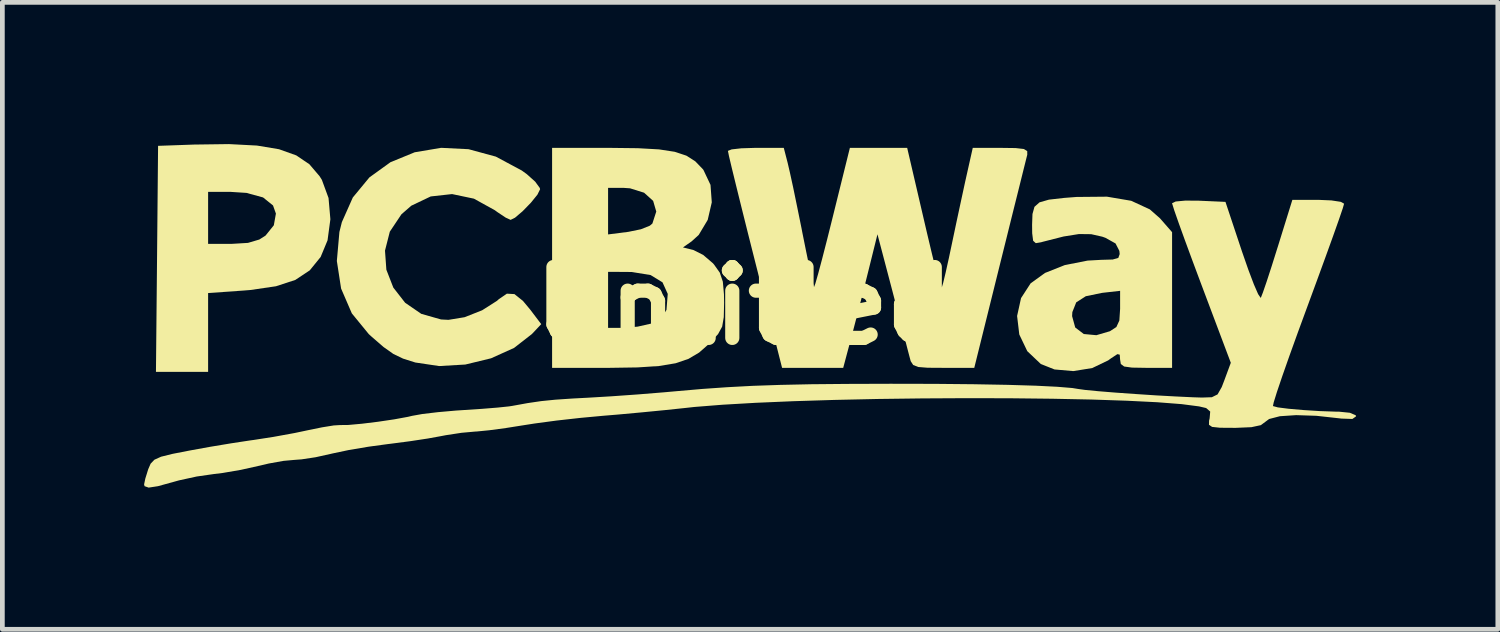
<source format=kicad_pcb>
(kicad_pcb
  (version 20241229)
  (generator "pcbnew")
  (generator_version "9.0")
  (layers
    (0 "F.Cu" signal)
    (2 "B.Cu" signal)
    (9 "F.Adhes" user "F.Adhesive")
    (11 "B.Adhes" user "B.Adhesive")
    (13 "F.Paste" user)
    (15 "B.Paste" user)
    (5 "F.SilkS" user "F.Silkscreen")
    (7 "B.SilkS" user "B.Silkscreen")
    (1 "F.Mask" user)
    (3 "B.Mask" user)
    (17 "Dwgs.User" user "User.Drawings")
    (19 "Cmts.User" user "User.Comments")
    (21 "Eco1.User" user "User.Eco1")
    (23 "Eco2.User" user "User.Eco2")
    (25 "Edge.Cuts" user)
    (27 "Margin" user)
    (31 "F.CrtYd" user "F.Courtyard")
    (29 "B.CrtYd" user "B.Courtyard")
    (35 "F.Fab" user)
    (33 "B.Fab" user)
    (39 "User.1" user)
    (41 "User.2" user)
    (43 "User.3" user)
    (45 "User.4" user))
  (footprint "Untitled"
    (layer "F.Cu")
    (at 12.7 3.424)
    (property "Reference" "Untitled" (at 0 0 0) (layer "F.SilkS") (effects (font (size 1.5 1.5) (thickness 0.3))))
    (attr board_only exclude_from_pos_files exclude_from_bom)
    (fp_poly (pts (xy -10.311 -3.393) (xy -9.843 -3.315) (xy -9.479 -3.185) (xy -9.201 -2.997) (xy -8.986 -2.745) (xy -8.937 -2.667) (xy -8.796 -2.283) (xy -8.757 -1.833) (xy -8.817 -1.387) (xy -8.963 -1.035) (xy -9.193 -0.752) (xy -9.499 -0.549) (xy -9.908 -0.415) (xy -10.447 -0.336) (xy -10.582 -0.325) (xy -11.345 -0.271) (xy -11.345 0.563) (xy -11.345 1.397) (xy -11.897 1.397) (xy -12.449 1.397) (xy -12.426 -0.995) (xy -12.418 -1.863) (xy -11.345 -1.863) (xy -11.345 -1.312) (xy -10.849 -1.312) (xy -10.501 -1.333) (xy -10.261 -1.404) (xy -10.129 -1.488) (xy -9.954 -1.706) (xy -9.91 -1.953) (xy -9.971 -2.125) (xy -10.182 -2.295) (xy -10.534 -2.391) (xy -10.874 -2.413) (xy -11.345 -2.413) (xy -11.345 -1.863) (xy -12.418 -1.863) (xy -12.404 -3.387) (xy -11.642 -3.414) (xy -10.903 -3.424)) (stroke (width 0) (type solid)) (fill yes) (layer "F.SilkS"))
    (fp_poly (pts (xy -5.832 -3.316) (xy -5.255 -3.159) (xy -4.706 -2.865) (xy -4.596 -2.785) (xy -4.421 -2.628) (xy -4.325 -2.496) (xy -4.318 -2.468) (xy -4.375 -2.353) (xy -4.514 -2.182) (xy -4.688 -2.003) (xy -4.849 -1.866) (xy -4.942 -1.82) (xy -5.045 -1.867) (xy -5.221 -1.984) (xy -5.276 -2.024) (xy -5.719 -2.269) (xy -6.181 -2.366) (xy -6.633 -2.316) (xy -7.044 -2.12) (xy -7.253 -1.938) (xy -7.499 -1.57) (xy -7.601 -1.169) (xy -7.572 -0.765) (xy -7.425 -0.387) (xy -7.175 -0.066) (xy -6.833 0.169) (xy -6.414 0.288) (xy -6.257 0.296) (xy -5.915 0.24) (xy -5.544 0.093) (xy -5.23 -0.107) (xy -5.191 -0.142) (xy -5.021 -0.258) (xy -4.861 -0.249) (xy -4.681 -0.105) (xy -4.526 0.081) (xy -4.294 0.387) (xy -4.492 0.597) (xy -4.87 0.891) (xy -5.356 1.11) (xy -5.9 1.242) (xy -6.455 1.274) (xy -6.959 1.199) (xy -7.218 1.117) (xy -7.424 1.018) (xy -7.632 0.871) (xy -7.897 0.641) (xy -7.945 0.597) (xy -8.303 0.159) (xy -8.53 -0.366) (xy -8.62 -0.95) (xy -8.566 -1.564) (xy -8.514 -1.772) (xy -8.282 -2.294) (xy -7.931 -2.719) (xy -7.486 -3.04) (xy -6.972 -3.251) (xy -6.412 -3.345)) (stroke (width 0) (type solid)) (fill yes) (layer "F.SilkS"))
    (fp_poly (pts (xy 8.194 -2.224) (xy 8.588 -2.042) (xy 8.804 -1.852) (xy 9.059 -1.56) (xy 9.059 -0.124) (xy 9.059 1.312) (xy 8.509 1.312) (xy 8.211 1.307) (xy 8.045 1.284) (xy 7.974 1.231) (xy 7.959 1.14) (xy 7.951 1.033) (xy 7.901 1.022) (xy 7.767 1.11) (xy 7.707 1.154) (xy 7.37 1.316) (xy 6.968 1.381) (xy 6.57 1.346) (xy 6.281 1.231) (xy 5.994 0.959) (xy 5.825 0.606) (xy 5.779 0.218) (xy 6.943 0.218) (xy 7.009 0.458) (xy 7.19 0.596) (xy 7.456 0.621) (xy 7.743 0.537) (xy 7.88 0.448) (xy 7.943 0.31) (xy 7.959 0.064) (xy 7.959 0.06) (xy 7.959 -0.318) (xy 7.578 -0.275) (xy 7.233 -0.204) (xy 7.03 -0.074) (xy 6.948 0.132) (xy 6.943 0.218) (xy 5.779 0.218) (xy 5.778 0.217) (xy 5.862 -0.164) (xy 6.065 -0.477) (xy 6.37 -0.697) (xy 6.788 -0.863) (xy 7.27 -0.958) (xy 7.557 -0.974) (xy 7.803 -0.981) (xy 7.921 -1.015) (xy 7.95 -1.096) (xy 7.943 -1.164) (xy 7.862 -1.321) (xy 7.649 -1.44) (xy 7.582 -1.464) (xy 7.347 -1.517) (xy 7.088 -1.52) (xy 6.762 -1.468) (xy 6.325 -1.357) (xy 6.286 -1.346) (xy 6.174 -1.327) (xy 6.118 -1.378) (xy 6.098 -1.536) (xy 6.096 -1.717) (xy 6.104 -1.944) (xy 6.146 -2.096) (xy 6.253 -2.191) (xy 6.452 -2.248) (xy 6.775 -2.285) (xy 7.037 -2.305) (xy 7.681 -2.311)) (stroke (width 0) (type solid)) (fill yes) (layer "F.SilkS"))
    (fp_poly (pts (xy -2.247 -3.337) (xy -1.801 -3.312) (xy -1.468 -3.261) (xy -1.221 -3.179) (xy -1.033 -3.059) (xy -0.874 -2.894) (xy -0.861 -2.878) (xy -0.711 -2.561) (xy -0.684 -2.191) (xy -0.77 -1.82) (xy -0.96 -1.502) (xy -1.112 -1.364) (xy -1.294 -1.237) (xy -1.07 -1.181) (xy -0.866 -1.078) (xy -0.659 -0.901) (xy -0.635 -0.873) (xy -0.514 -0.702) (xy -0.45 -0.512) (xy -0.426 -0.244) (xy -0.423 -0.068) (xy -0.43 0.239) (xy -0.464 0.439) (xy -0.55 0.596) (xy -0.71 0.772) (xy -0.743 0.805) (xy -0.951 0.988) (xy -1.177 1.122) (xy -1.45 1.215) (xy -1.8 1.273) (xy -2.256 1.303) (xy -2.85 1.312) (xy -2.9 1.312) (xy -4.064 1.312) (xy -4.064 -0.127) (xy -2.879 -0.127) (xy -2.879 0.466) (xy -2.553 0.466) (xy -2.254 0.44) (xy -1.974 0.377) (xy -1.959 0.373) (xy -1.734 0.236) (xy -1.643 0.085) (xy -1.616 -0.253) (xy -1.727 -0.498) (xy -1.979 -0.652) (xy -2.374 -0.716) (xy -2.477 -0.718) (xy -2.879 -0.72) (xy -2.879 -0.127) (xy -4.064 -0.127) (xy -4.064 -1.016) (xy -4.064 -2.005) (xy -2.879 -2.005) (xy -2.879 -1.512) (xy -2.448 -1.567) (xy -2.186 -1.621) (xy -1.995 -1.697) (xy -1.941 -1.743) (xy -1.859 -1.996) (xy -1.925 -2.222) (xy -2.117 -2.395) (xy -2.414 -2.488) (xy -2.559 -2.498) (xy -2.879 -2.498) (xy -2.879 -2.005) (xy -4.064 -2.005) (xy -4.064 -3.344) (xy -2.834 -3.344)) (stroke (width 0) (type solid)) (fill yes) (layer "F.SilkS"))
    (fp_poly (pts (xy 5.747 -3.34) (xy 5.922 -3.32) (xy 5.993 -3.276) (xy 5.994 -3.2) (xy 5.993 -3.196) (xy 5.963 -3.077) (xy 5.898 -2.816) (xy 5.804 -2.438) (xy 5.686 -1.966) (xy 5.551 -1.422) (xy 5.413 -0.868) (xy 4.872 1.312) (xy 4.215 1.312) (xy 3.885 1.31) (xy 3.686 1.294) (xy 3.579 1.252) (xy 3.527 1.171) (xy 3.502 1.079) (xy 3.459 0.915) (xy 3.384 0.623) (xy 3.284 0.242) (xy 3.171 -0.192) (xy 3.134 -0.334) (xy 2.823 -1.515) (xy 2.635 -0.758) (xy 2.524 -0.313) (xy 2.4 0.169) (xy 2.289 0.596) (xy 2.273 0.656) (xy 2.098 1.312) (xy 1.451 1.312) (xy 0.804 1.312) (xy 0.229 -0.953) (xy 0.079 -1.547) (xy -0.056 -2.088) (xy -0.171 -2.553) (xy -0.261 -2.921) (xy -0.32 -3.17) (xy -0.342 -3.279) (xy -0.342 -3.281) (xy -0.263 -3.312) (xy -0.058 -3.335) (xy 0.23 -3.344) (xy 0.251 -3.344) (xy 0.84 -3.344) (xy 0.922 -3.027) (xy 0.969 -2.825) (xy 1.04 -2.5) (xy 1.124 -2.092) (xy 1.215 -1.645) (xy 1.23 -1.566) (xy 1.314 -1.149) (xy 1.387 -0.797) (xy 1.444 -0.54) (xy 1.476 -0.408) (xy 1.48 -0.398) (xy 1.507 -0.468) (xy 1.567 -0.677) (xy 1.653 -0.999) (xy 1.759 -1.411) (xy 1.871 -1.859) (xy 2.239 -3.344) (xy 2.846 -3.344) (xy 3.452 -3.344) (xy 3.723 -2.18) (xy 3.864 -1.574) (xy 3.973 -1.115) (xy 4.054 -0.785) (xy 4.112 -0.567) (xy 4.15 -0.443) (xy 4.175 -0.394) (xy 4.186 -0.394) (xy 4.213 -0.484) (xy 4.266 -0.704) (xy 4.336 -1.019) (xy 4.398 -1.312) (xy 4.492 -1.758) (xy 4.59 -2.214) (xy 4.676 -2.612) (xy 4.712 -2.773) (xy 4.84 -3.344) (xy 5.435 -3.344)) (stroke (width 0) (type solid)) (fill yes) (layer "F.SilkS"))
    (fp_poly (pts (xy 12.432 -2.232) (xy 12.629 -2.202) (xy 12.7 -2.163) (xy 12.672 -2.065) (xy 12.592 -1.83) (xy 12.468 -1.48) (xy 12.308 -1.037) (xy 12.12 -0.522) (xy 11.928 0.00002) (xy 11.723 0.558) (xy 11.541 1.063) (xy 11.39 1.493) (xy 11.277 1.827) (xy 11.21 2.043) (xy 11.194 2.121) (xy 11.297 2.149) (xy 11.525 2.178) (xy 11.834 2.205) (xy 12.179 2.227) (xy 12.517 2.239) (xy 12.594 2.24) (xy 12.822 2.263) (xy 12.945 2.315) (xy 12.954 2.338) (xy 12.876 2.394) (xy 12.641 2.386) (xy 12.594 2.38) (xy 12.113 2.327) (xy 11.685 2.313) (xy 11.341 2.336) (xy 11.113 2.395) (xy 11.047 2.444) (xy 10.938 2.525) (xy 10.738 2.568) (xy 10.408 2.582) (xy 10.374 2.582) (xy 10.073 2.58) (xy 9.906 2.562) (xy 9.84 2.517) (xy 9.842 2.431) (xy 9.854 2.38) (xy 9.866 2.237) (xy 9.78 2.163) (xy 9.63 2.128) (xy 9.261 2.08) (xy 8.745 2.04) (xy 8.102 2.008) (xy 7.356 1.983) (xy 6.528 1.966) (xy 5.638 1.956) (xy 4.71 1.954) (xy 3.765 1.959) (xy 2.824 1.971) (xy 1.91 1.991) (xy 1.043 2.018) (xy 0.246 2.052) (xy -0.46 2.093) (xy -1.052 2.14) (xy -1.27 2.164) (xy -1.669 2.206) (xy -2.162 2.254) (xy -2.674 2.301) (xy -2.976 2.326) (xy -3.461 2.371) (xy -3.971 2.428) (xy -4.433 2.49) (xy -4.67 2.527) (xy -5.043 2.586) (xy -5.394 2.633) (xy -5.656 2.659) (xy -5.695 2.661) (xy -5.982 2.687) (xy -6.315 2.738) (xy -6.414 2.757) (xy -6.695 2.808) (xy -7.07 2.865) (xy -7.468 2.917) (xy -7.535 2.925) (xy -7.948 2.981) (xy -8.369 3.052) (xy -8.715 3.125) (xy -8.749 3.133) (xy -9.069 3.204) (xy -9.367 3.249) (xy -9.514 3.26) (xy -9.748 3.281) (xy -10.061 3.337) (xy -10.284 3.389) (xy -10.651 3.471) (xy -11.036 3.537) (xy -11.224 3.56) (xy -11.586 3.612) (xy -11.962 3.694) (xy -12.077 3.726) (xy -12.407 3.817) (xy -12.603 3.847) (xy -12.69 3.817) (xy -12.7 3.78) (xy -12.674 3.655) (xy -12.613 3.459) (xy -12.562 3.341) (xy -12.482 3.257) (xy -12.34 3.193) (xy -12.099 3.133) (xy -11.745 3.064) (xy -11.311 2.985) (xy -10.854 2.909) (xy -10.46 2.849) (xy -10.379 2.838) (xy -9.966 2.774) (xy -9.516 2.692) (xy -9.236 2.633) (xy -8.933 2.571) (xy -8.685 2.531) (xy -8.551 2.523) (xy -8.377 2.521) (xy -8.09 2.495) (xy -7.748 2.453) (xy -7.405 2.402) (xy -7.116 2.349) (xy -7.027 2.328) (xy -6.81 2.289) (xy -6.48 2.25) (xy -6.096 2.216) (xy -5.927 2.205) (xy -5.55 2.18) (xy -5.216 2.153) (xy -4.977 2.128) (xy -4.911 2.118) (xy -4.58 2.058) (xy -4.294 2.016) (xy -3.995 1.986) (xy -3.626 1.961) (xy -3.302 1.944) (xy -2.817 1.915) (xy -2.252 1.875) (xy -1.698 1.83) (xy -1.439 1.807) (xy -0.89 1.759) (xy -0.361 1.722) (xy 0.18 1.693) (xy 0.763 1.673) (xy 1.421 1.659) (xy 2.184 1.652) (xy 3.083 1.649) (xy 3.133 1.649) (xy 4.045 1.651) (xy 4.865 1.659) (xy 5.579 1.672) (xy 6.173 1.69) (xy 6.633 1.713) (xy 6.947 1.739) (xy 7.07 1.759) (xy 7.215 1.779) (xy 7.491 1.806) (xy 7.86 1.836) (xy 8.284 1.866) (xy 8.724 1.895) (xy 9.142 1.918) (xy 9.501 1.935) (xy 9.692 1.941) (xy 9.901 1.934) (xy 10.022 1.874) (xy 10.11 1.719) (xy 10.165 1.576) (xy 10.302 1.205) (xy 9.681 -0.445) (xy 9.495 -0.943) (xy 9.331 -1.388) (xy 9.198 -1.756) (xy 9.105 -2.022) (xy 9.062 -2.161) (xy 9.059 -2.173) (xy 9.136 -2.209) (xy 9.339 -2.228) (xy 9.623 -2.226) (xy 9.624 -2.226) (xy 10.189 -2.201) (xy 10.54 -1.147) (xy 10.673 -0.765) (xy 10.79 -0.456) (xy 10.88 -0.249) (xy 10.933 -0.171) (xy 10.939 -0.174) (xy 10.981 -0.282) (xy 11.062 -0.517) (xy 11.169 -0.846) (xy 11.291 -1.234) (xy 11.296 -1.249) (xy 11.605 -2.244) (xy 12.153 -2.244)) (stroke (width 0) (type solid)) (fill yes) (layer "F.SilkS")))
  (gr_rect
    (start -3 -3)
    (end 28.654 10.27)
    (stroke (width 0.1) (type default))
    (fill no)
    (layer "Edge.Cuts")))
</source>
